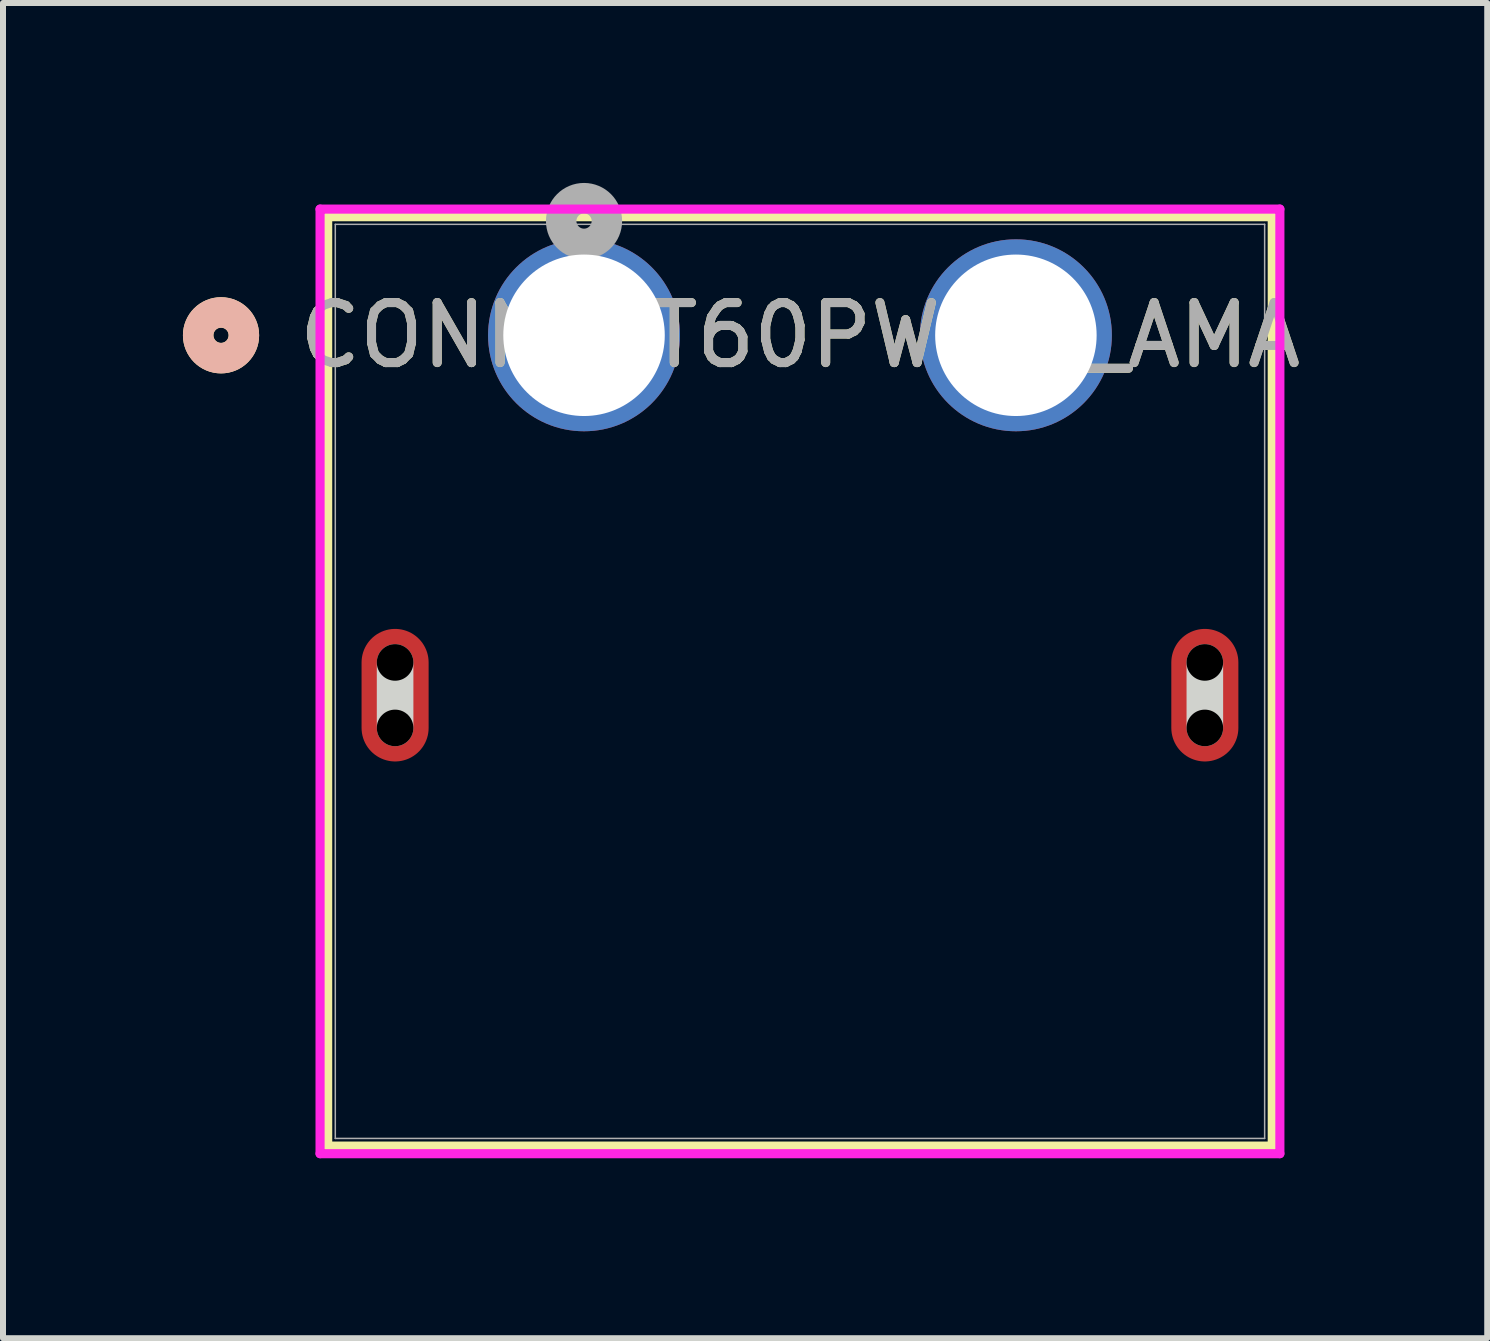
<source format=kicad_pcb>
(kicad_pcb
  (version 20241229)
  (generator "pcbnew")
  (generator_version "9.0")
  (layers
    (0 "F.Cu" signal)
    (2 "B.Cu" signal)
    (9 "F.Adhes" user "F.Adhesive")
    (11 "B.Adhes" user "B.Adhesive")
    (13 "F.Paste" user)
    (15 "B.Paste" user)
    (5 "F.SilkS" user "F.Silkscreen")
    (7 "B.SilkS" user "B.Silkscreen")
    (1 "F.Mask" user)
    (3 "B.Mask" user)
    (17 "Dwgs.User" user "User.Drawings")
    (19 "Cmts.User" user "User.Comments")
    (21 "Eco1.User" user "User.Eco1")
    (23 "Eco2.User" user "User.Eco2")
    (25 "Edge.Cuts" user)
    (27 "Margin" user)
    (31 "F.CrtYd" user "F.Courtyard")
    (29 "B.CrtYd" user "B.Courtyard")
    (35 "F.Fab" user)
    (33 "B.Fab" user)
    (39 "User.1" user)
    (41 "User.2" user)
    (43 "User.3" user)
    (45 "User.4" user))
  (footprint "CONN_XT60PW-M_AMA"
    (layer "F.Cu")
    (at 6.687 2.54)
    (property "Reference" "CONN_XT60PW-M_AMA" (at 3.6 0 0) (unlocked yes) (layer "F.SilkS") (effects (font (size 1 1) (thickness 0.15))))
    (fp_line (start -4.274 -1.977) (end -4.274 13.517) (stroke (width 0.152) (type solid)) (layer "F.SilkS"))
    (fp_line (start -4.274 13.517) (end 11.474 13.517) (stroke (width 0.152) (type solid)) (layer "F.SilkS"))
    (fp_line (start 11.474 -1.977) (end -4.274 -1.977) (stroke (width 0.152) (type solid)) (layer "F.SilkS"))
    (fp_line (start 11.474 13.517) (end 11.474 -1.977) (stroke (width 0.152) (type solid)) (layer "F.SilkS"))
    (fp_circle (center -6.052 0) (end -5.671 0) (stroke (width 0.508) (type solid)) (fill no) (layer "F.SilkS"))
    (fp_circle (center -6.052 0) (end -5.671 0) (stroke (width 0.508) (type solid)) (fill no) (layer "B.SilkS"))
    (fp_line (start -3.15 6.546) (end -3.15 5.454) (stroke (width 0.61) (type solid)) (layer "Edge.Cuts"))
    (fp_line (start 10.35 6.546) (end 10.35 5.454) (stroke (width 0.61) (type solid)) (layer "Edge.Cuts"))
    (fp_line (start -4.401 -2.104) (end -4.401 13.644) (stroke (width 0.152) (type solid)) (layer "F.CrtYd"))
    (fp_line (start -4.401 13.644) (end 11.601 13.644) (stroke (width 0.152) (type solid)) (layer "F.CrtYd"))
    (fp_line (start 11.601 -2.104) (end -4.401 -2.104) (stroke (width 0.152) (type solid)) (layer "F.CrtYd"))
    (fp_line (start 11.601 13.644) (end 11.601 -2.104) (stroke (width 0.152) (type solid)) (layer "F.CrtYd"))
    (fp_line (start -4.147 -1.85) (end -4.147 13.39) (stroke (width 0.025) (type solid)) (layer "F.Fab"))
    (fp_line (start -4.147 13.39) (end 11.347 13.39) (stroke (width 0.025) (type solid)) (layer "F.Fab"))
    (fp_line (start 11.347 -1.85) (end -4.147 -1.85) (stroke (width 0.025) (type solid)) (layer "F.Fab"))
    (fp_line (start 11.347 13.39) (end 11.347 -1.85) (stroke (width 0.025) (type solid)) (layer "F.Fab"))
    (fp_circle (center 0 -1.905) (end 0.381 -1.905) (stroke (width 0.508) (type solid)) (fill no) (layer "F.Fab"))
    (fp_text user "${REFERENCE}" (at 3.6 0 0) (unlocked yes) (layer "F.Fab") (effects (font (size 1 1) (thickness 0.15))))
    (pad "" np_thru_hole circle (at -3.15 5.454) (size 0.61 0.61) (drill 0.61) (layers))
    (pad "" np_thru_hole circle (at -3.15 6.546) (size 0.61 0.61) (drill 0.61) (layers))
    (pad "" np_thru_hole circle (at 10.35 5.454) (size 0.61 0.61) (drill 0.61) (layers))
    (pad "" np_thru_hole circle (at 10.35 6.546) (size 0.61 0.61) (drill 0.61) (layers))
    (pad "1" thru_hole circle (at 0 0) (size 3.2 3.2) (drill 2.692) (layers "*.Cu" "*.Mask"))
    (pad "2" thru_hole circle (at 7.2 0) (size 3.2 3.2) (drill 2.692) (layers "*.Cu" "*.Mask"))
    (pad "3" smd oval (at -3.15 6) (size 1.118 2.21) (layers "F.Cu" "F.Mask" "F.Paste"))
    (pad "4" smd oval (at 10.35 6) (size 1.118 2.21) (layers "F.Cu" "F.Mask" "F.Paste")))
  (gr_rect
    (start -3 -3)
    (end 21.745 19.26)
    (stroke (width 0.1) (type default))
    (fill no)
    (layer "Edge.Cuts")))
</source>
